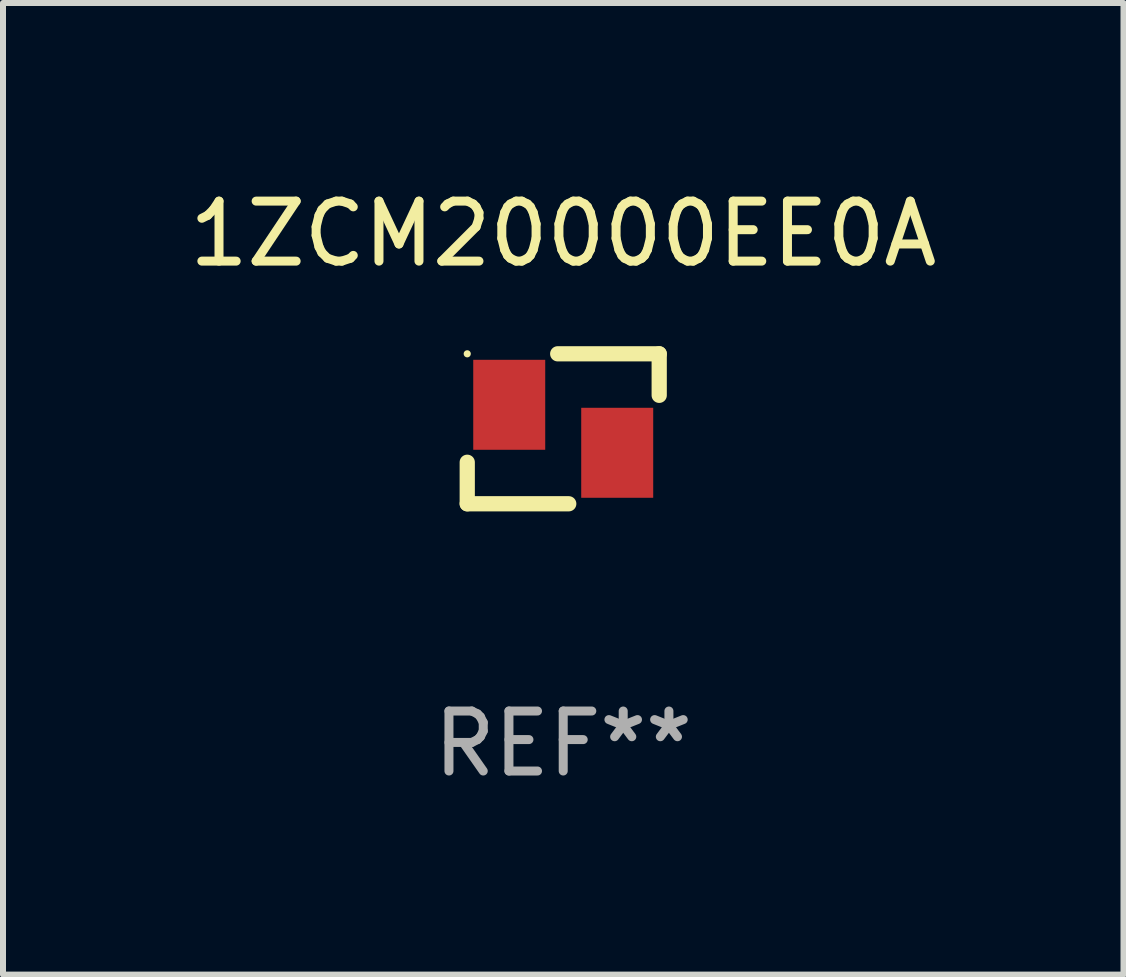
<source format=kicad_pcb>
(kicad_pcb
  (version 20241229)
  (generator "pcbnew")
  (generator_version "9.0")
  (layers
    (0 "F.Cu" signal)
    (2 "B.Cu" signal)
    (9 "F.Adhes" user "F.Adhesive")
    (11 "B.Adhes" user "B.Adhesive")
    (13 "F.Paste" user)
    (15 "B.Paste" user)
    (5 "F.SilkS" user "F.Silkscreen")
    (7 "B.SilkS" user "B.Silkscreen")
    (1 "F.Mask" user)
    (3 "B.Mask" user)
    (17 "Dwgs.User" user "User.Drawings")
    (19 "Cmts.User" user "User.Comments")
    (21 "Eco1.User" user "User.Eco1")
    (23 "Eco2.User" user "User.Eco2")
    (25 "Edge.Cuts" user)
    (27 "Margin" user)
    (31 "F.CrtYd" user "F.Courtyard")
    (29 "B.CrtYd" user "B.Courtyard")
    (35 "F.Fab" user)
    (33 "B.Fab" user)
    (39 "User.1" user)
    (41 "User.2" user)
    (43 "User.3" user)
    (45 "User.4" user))
  (footprint "1ZCM20000EE0A"
    (layer "F.Cu")
    (at 6.339 4.098)
    (property "Reference" "1ZCM20000EE0A" (at 0 -3.25 0) (layer "F.SilkS") (effects (font (size 1 1) (thickness 0.15))))
    (attr through_hole)
    (fp_line (start -1.6 1.25) (end -1.6 0.558) (stroke (width 0.254) (type solid)) (layer "F.SilkS"))
    (fp_line (start 0.092 1.25) (end -1.6 1.25) (stroke (width 0.254) (type solid)) (layer "F.SilkS"))
    (fp_line (start 1.6 -1.25) (end -0.092 -1.25) (stroke (width 0.254) (type solid)) (layer "F.SilkS"))
    (fp_line (start 1.6 -1.25) (end 1.6 -0.558) (stroke (width 0.254) (type solid)) (layer "F.SilkS"))
    (fp_circle (center -1.6 -1.25) (end -1.57 -1.25) (stroke (width 0.06) (type solid)) (fill no) (layer "F.SilkS"))
    (fp_text user "REF**" (at 0 5.25 0) (layer "F.Fab") (effects (font (size 1 1) (thickness 0.15))))
    (pad "1" smd rect (at -0.9 -0.4 90) (size 1.5 1.2) (layers "F.Cu" "F.Mask" "F.Paste"))
    (pad "2" smd rect (at 0.9 0.4 90) (size 1.5 1.2) (layers "F.Cu" "F.Mask" "F.Paste")))
  (gr_rect
    (start -3 -3)
    (end 15.679 13.197)
    (stroke (width 0.1) (type default))
    (fill no)
    (layer "Edge.Cuts")))
</source>
